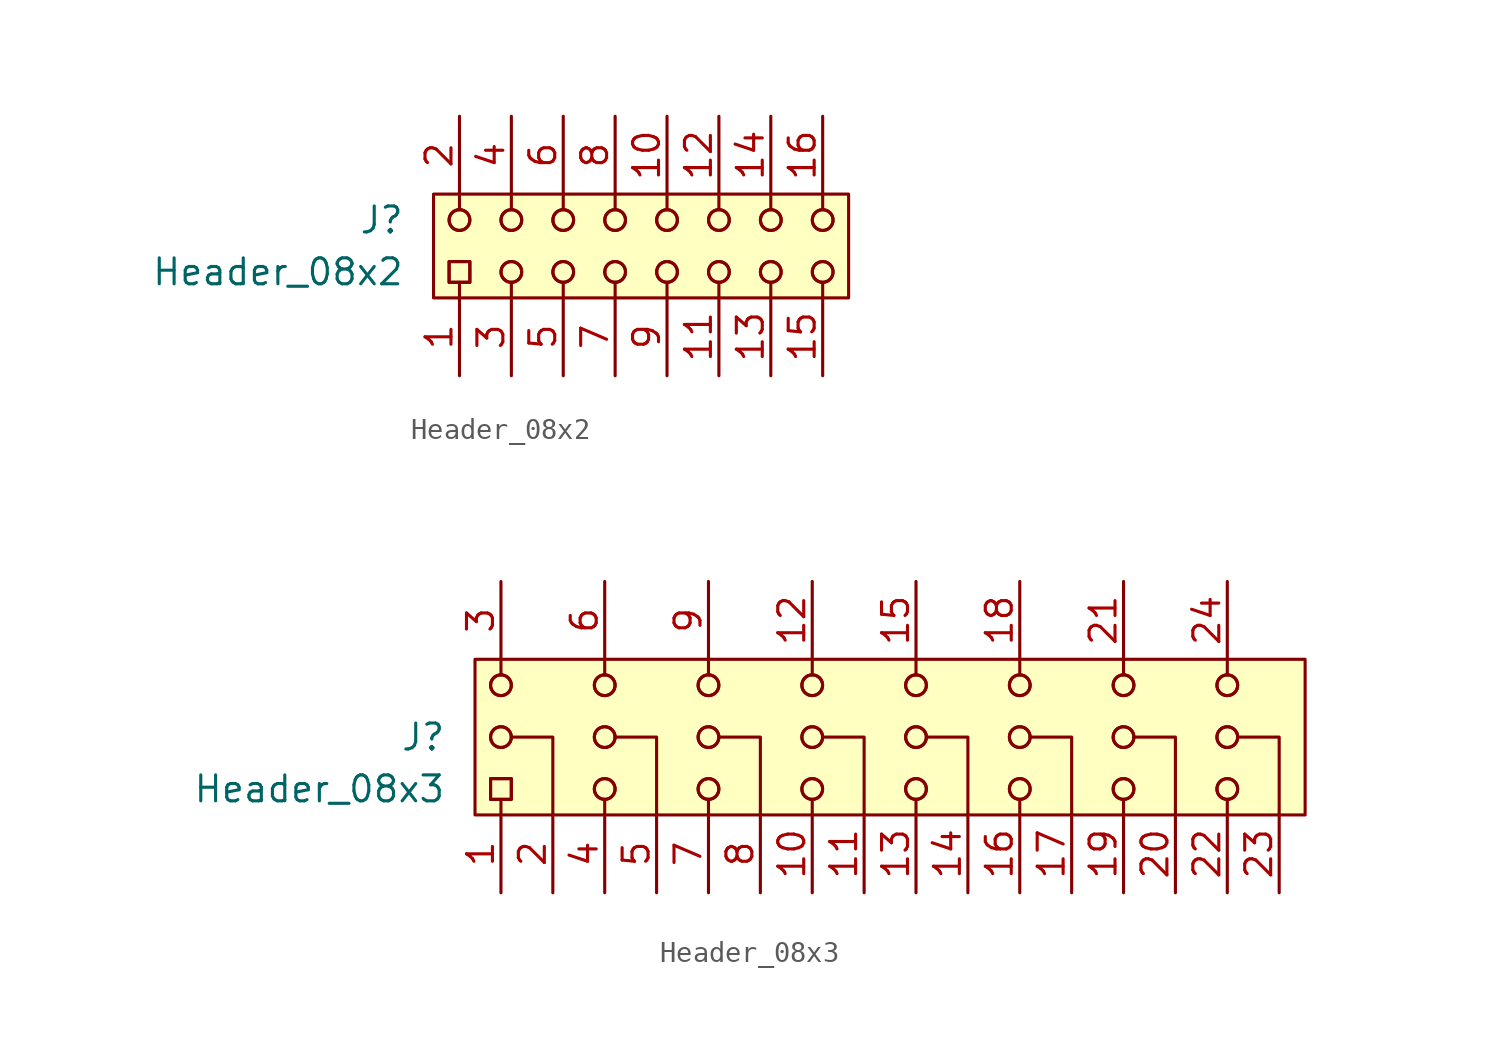
<source format=kicad_sym>
(kicad_symbol_lib
  (version 20220914)
  (generator kicad_symbol_editor)
  (symbol "Header_08x2"
    (pin_names hide)
    (property "Reference" "J"
      (at -11.43 2.54 0)
      (effects (font (size 1.27 1.27))))
    (property "Value" "Header_08x2"
      (at -16.51 0 0)
      (effects (font (size 1.27 1.27))))
    (symbol "Header_08x2_0_0"
      (pin passive line (at -7.62 -5.08 90) (length 3.81) (name "~" (effects (font (size 1.27 1.27)))) (number "1" (effects (font (size 1.27 1.27)))))
      (pin passive line (at 2.54 7.62 270) (length 3.81) (name "~" (effects (font (size 1.27 1.27)))) (number "10" (effects (font (size 1.27 1.27)))))
      (pin passive line (at 5.08 -5.08 90) (length 3.81) (name "~" (effects (font (size 1.27 1.27)))) (number "11" (effects (font (size 1.27 1.27)))))
      (pin passive line (at 5.08 7.62 270) (length 3.81) (name "~" (effects (font (size 1.27 1.27)))) (number "12" (effects (font (size 1.27 1.27)))))
      (pin passive line (at 7.62 -5.08 90) (length 3.81) (name "~" (effects (font (size 1.27 1.27)))) (number "13" (effects (font (size 1.27 1.27)))))
      (pin passive line (at 7.62 7.62 270) (length 3.81) (name "~" (effects (font (size 1.27 1.27)))) (number "14" (effects (font (size 1.27 1.27)))))
      (pin passive line (at 10.16 -5.08 90) (length 3.81) (name "~" (effects (font (size 1.27 1.27)))) (number "15" (effects (font (size 1.27 1.27)))))
      (pin passive line (at 10.16 7.62 270) (length 3.81) (name "~" (effects (font (size 1.27 1.27)))) (number "16" (effects (font (size 1.27 1.27)))))
      (pin passive line (at -7.62 7.62 270) (length 3.81) (name "~" (effects (font (size 1.27 1.27)))) (number "2" (effects (font (size 1.27 1.27)))))
      (pin passive line (at -5.08 -5.08 90) (length 3.81) (name "~" (effects (font (size 1.27 1.27)))) (number "3" (effects (font (size 1.27 1.27)))))
      (pin passive line (at -5.08 7.62 270) (length 3.81) (name "~" (effects (font (size 1.27 1.27)))) (number "4" (effects (font (size 1.27 1.27)))))
      (pin passive line (at -2.54 -5.08 90) (length 3.81) (name "~" (effects (font (size 1.27 1.27)))) (number "5" (effects (font (size 1.27 1.27)))))
      (pin passive line (at -2.54 7.62 270) (length 3.81) (name "~" (effects (font (size 1.27 1.27)))) (number "6" (effects (font (size 1.27 1.27)))))
      (pin passive line (at 0 -5.08 90) (length 3.81) (name "~" (effects (font (size 1.27 1.27)))) (number "7" (effects (font (size 1.27 1.27)))))
      (pin passive line (at 0 7.62 270) (length 3.81) (name "~" (effects (font (size 1.27 1.27)))) (number "8" (effects (font (size 1.27 1.27)))))
      (pin passive line (at 2.54 -5.08 90) (length 3.81) (name "~" (effects (font (size 1.27 1.27)))) (number "9" (effects (font (size 1.27 1.27))))))
    (symbol "Header_08x2_0_1"
      (rectangle (start -8.89 3.81) (end 11.43 -1.27) (stroke (width 0.152) (type default)) (fill (type background)))
      (rectangle (start -8.128 0.508) (end -7.112 -0.508) (stroke (width 0) (type default)) (fill (type none)))
      (rectangle (start -8.128 0.508) (end -7.112 -0.508) (stroke (width 0) (type default)) (fill (type none)))
      (circle (center -7.62 2.54) (radius 0.508) (stroke (width 0) (type default)) (fill (type none)))
      (circle (center -7.62 2.54) (radius 0.508) (stroke (width 0) (type default)) (fill (type none)))
      (circle (center -5.08 0) (radius 0.508) (stroke (width 0) (type default)) (fill (type none)))
      (circle (center -5.08 0) (radius 0.508) (stroke (width 0) (type default)) (fill (type none)))
      (circle (center -5.08 2.54) (radius 0.508) (stroke (width 0) (type default)) (fill (type none)))
      (circle (center -5.08 2.54) (radius 0.508) (stroke (width 0) (type default)) (fill (type none)))
      (circle (center -2.54 0) (radius 0.508) (stroke (width 0) (type default)) (fill (type none)))
      (circle (center -2.54 0) (radius 0.508) (stroke (width 0) (type default)) (fill (type none)))
      (circle (center -2.54 2.54) (radius 0.508) (stroke (width 0) (type default)) (fill (type none)))
      (circle (center -2.54 2.54) (radius 0.508) (stroke (width 0) (type default)) (fill (type none)))
      (polyline (pts (xy -7.62 -0.508) (xy -7.62 -1.27)) (stroke (width 0) (type default)) (fill (type none)))
      (polyline (pts (xy -7.62 3.048) (xy -7.62 3.81)) (stroke (width 0) (type default)) (fill (type none)))
      (polyline (pts (xy -5.08 -0.508) (xy -5.08 -1.27)) (stroke (width 0) (type default)) (fill (type none)))
      (polyline (pts (xy -5.08 3.048) (xy -5.08 3.81)) (stroke (width 0) (type default)) (fill (type none)))
      (polyline (pts (xy -2.54 -0.508) (xy -2.54 -1.27)) (stroke (width 0) (type default)) (fill (type none)))
      (polyline (pts (xy -2.54 3.048) (xy -2.54 3.81)) (stroke (width 0) (type default)) (fill (type none)))
      (polyline (pts (xy 0 -0.508) (xy 0 -1.27)) (stroke (width 0) (type default)) (fill (type none)))
      (polyline (pts (xy 0 3.048) (xy 0 3.81)) (stroke (width 0) (type default)) (fill (type none)))
      (polyline (pts (xy 2.54 -0.508) (xy 2.54 -1.27)) (stroke (width 0) (type default)) (fill (type none)))
      (polyline (pts (xy 2.54 3.048) (xy 2.54 3.81)) (stroke (width 0) (type default)) (fill (type none)))
      (polyline (pts (xy 5.08 -0.508) (xy 5.08 -1.27)) (stroke (width 0) (type default)) (fill (type none)))
      (polyline (pts (xy 5.08 3.048) (xy 5.08 3.81)) (stroke (width 0) (type default)) (fill (type none)))
      (polyline (pts (xy 7.62 -0.508) (xy 7.62 -1.27)) (stroke (width 0) (type default)) (fill (type none)))
      (polyline (pts (xy 7.62 3.048) (xy 7.62 3.81)) (stroke (width 0) (type default)) (fill (type none)))
      (polyline (pts (xy 10.16 -0.508) (xy 10.16 -1.27)) (stroke (width 0) (type default)) (fill (type none)))
      (polyline (pts (xy 10.16 3.048) (xy 10.16 3.81)) (stroke (width 0) (type default)) (fill (type none)))
      (circle (center 0 0) (radius 0.508) (stroke (width 0) (type default)) (fill (type none)))
      (circle (center 0 0) (radius 0.508) (stroke (width 0) (type default)) (fill (type none)))
      (circle (center 0 2.54) (radius 0.508) (stroke (width 0) (type default)) (fill (type none)))
      (circle (center 0 2.54) (radius 0.508) (stroke (width 0) (type default)) (fill (type none)))
      (circle (center 2.54 0) (radius 0.508) (stroke (width 0) (type default)) (fill (type none)))
      (circle (center 2.54 0) (radius 0.508) (stroke (width 0) (type default)) (fill (type none)))
      (circle (center 2.54 2.54) (radius 0.508) (stroke (width 0) (type default)) (fill (type none)))
      (circle (center 2.54 2.54) (radius 0.508) (stroke (width 0) (type default)) (fill (type none)))
      (circle (center 5.08 0) (radius 0.508) (stroke (width 0) (type default)) (fill (type none)))
      (circle (center 5.08 0) (radius 0.508) (stroke (width 0) (type default)) (fill (type none)))
      (circle (center 5.08 2.54) (radius 0.508) (stroke (width 0) (type default)) (fill (type none)))
      (circle (center 5.08 2.54) (radius 0.508) (stroke (width 0) (type default)) (fill (type none)))
      (circle (center 7.62 0) (radius 0.508) (stroke (width 0) (type default)) (fill (type none)))
      (circle (center 7.62 0) (radius 0.508) (stroke (width 0) (type default)) (fill (type none)))
      (circle (center 7.62 2.54) (radius 0.508) (stroke (width 0) (type default)) (fill (type none)))
      (circle (center 7.62 2.54) (radius 0.508) (stroke (width 0) (type default)) (fill (type none)))
      (circle (center 10.16 0) (radius 0.508) (stroke (width 0) (type default)) (fill (type none)))
      (circle (center 10.16 0) (radius 0.508) (stroke (width 0) (type default)) (fill (type none)))
      (circle (center 10.16 2.54) (radius 0.508) (stroke (width 0) (type default)) (fill (type none)))
      (circle (center 10.16 2.54) (radius 0.508) (stroke (width 0) (type default)) (fill (type none)))))
  (symbol "Header_08x3"
    (pin_names hide)
    (property "Reference" "J"
      (at -21.59 0 0)
      (effects (font (size 1.27 1.27))))
    (property "Value" "Header_08x3"
      (at -26.67 -2.54 0)
      (effects (font (size 1.27 1.27))))
    (symbol "Header_08x3_0_0"
      (pin passive line (at -17.78 -7.62 90) (length 3.81) (name "~" (effects (font (size 1.27 1.27)))) (number "1" (effects (font (size 1.27 1.27)))))
      (pin passive line (at -2.54 -7.62 90) (length 3.81) (name "~" (effects (font (size 1.27 1.27)))) (number "10" (effects (font (size 1.27 1.27)))))
      (pin passive line (at 0 -7.62 90) (length 3.81) (name "~" (effects (font (size 1.27 1.27)))) (number "11" (effects (font (size 1.27 1.27)))))
      (pin passive line (at -2.54 7.62 270) (length 3.81) (name "~" (effects (font (size 1.27 1.27)))) (number "12" (effects (font (size 1.27 1.27)))))
      (pin passive line (at 2.54 -7.62 90) (length 3.81) (name "~" (effects (font (size 1.27 1.27)))) (number "13" (effects (font (size 1.27 1.27)))))
      (pin passive line (at 5.08 -7.62 90) (length 3.81) (name "~" (effects (font (size 1.27 1.27)))) (number "14" (effects (font (size 1.27 1.27)))))
      (pin passive line (at 2.54 7.62 270) (length 3.81) (name "~" (effects (font (size 1.27 1.27)))) (number "15" (effects (font (size 1.27 1.27)))))
      (pin passive line (at 7.62 -7.62 90) (length 3.81) (name "~" (effects (font (size 1.27 1.27)))) (number "16" (effects (font (size 1.27 1.27)))))
      (pin passive line (at 10.16 -7.62 90) (length 3.81) (name "~" (effects (font (size 1.27 1.27)))) (number "17" (effects (font (size 1.27 1.27)))))
      (pin passive line (at 7.62 7.62 270) (length 3.81) (name "~" (effects (font (size 1.27 1.27)))) (number "18" (effects (font (size 1.27 1.27)))))
      (pin passive line (at 12.7 -7.62 90) (length 3.81) (name "~" (effects (font (size 1.27 1.27)))) (number "19" (effects (font (size 1.27 1.27)))))
      (pin passive line (at -15.24 -7.62 90) (length 3.81) (name "~" (effects (font (size 1.27 1.27)))) (number "2" (effects (font (size 1.27 1.27)))))
      (pin passive line (at 15.24 -7.62 90) (length 3.81) (name "~" (effects (font (size 1.27 1.27)))) (number "20" (effects (font (size 1.27 1.27)))))
      (pin passive line (at 12.7 7.62 270) (length 3.81) (name "~" (effects (font (size 1.27 1.27)))) (number "21" (effects (font (size 1.27 1.27)))))
      (pin passive line (at 17.78 -7.62 90) (length 3.81) (name "~" (effects (font (size 1.27 1.27)))) (number "22" (effects (font (size 1.27 1.27)))))
      (pin passive line (at 20.32 -7.62 90) (length 3.81) (name "~" (effects (font (size 1.27 1.27)))) (number "23" (effects (font (size 1.27 1.27)))))
      (pin passive line (at 17.78 7.62 270) (length 3.81) (name "~" (effects (font (size 1.27 1.27)))) (number "24" (effects (font (size 1.27 1.27)))))
      (pin passive line (at -17.78 7.62 270) (length 3.81) (name "~" (effects (font (size 1.27 1.27)))) (number "3" (effects (font (size 1.27 1.27)))))
      (pin passive line (at -12.7 -7.62 90) (length 3.81) (name "~" (effects (font (size 1.27 1.27)))) (number "4" (effects (font (size 1.27 1.27)))))
      (pin passive line (at -10.16 -7.62 90) (length 3.81) (name "~" (effects (font (size 1.27 1.27)))) (number "5" (effects (font (size 1.27 1.27)))))
      (pin passive line (at -12.7 7.62 270) (length 3.81) (name "~" (effects (font (size 1.27 1.27)))) (number "6" (effects (font (size 1.27 1.27)))))
      (pin passive line (at -7.62 -7.62 90) (length 3.81) (name "~" (effects (font (size 1.27 1.27)))) (number "7" (effects (font (size 1.27 1.27)))))
      (pin passive line (at -5.08 -7.62 90) (length 3.81) (name "~" (effects (font (size 1.27 1.27)))) (number "8" (effects (font (size 1.27 1.27)))))
      (pin passive line (at -7.62 7.62 270) (length 3.81) (name "~" (effects (font (size 1.27 1.27)))) (number "9" (effects (font (size 1.27 1.27))))))
    (symbol "Header_08x3_0_1"
      (rectangle (start -19.05 3.81) (end 21.59 -3.81) (stroke (width 0.152) (type default)) (fill (type background)))
      (rectangle (start -18.288 -2.032) (end -17.272 -3.048) (stroke (width 0) (type default)) (fill (type none)))
      (rectangle (start -18.288 -2.032) (end -17.272 -3.048) (stroke (width 0) (type default)) (fill (type none)))
      (circle (center -17.78 0) (radius 0.508) (stroke (width 0) (type default)) (fill (type none)))
      (circle (center -17.78 0) (radius 0.508) (stroke (width 0) (type default)) (fill (type none)))
      (circle (center -17.78 2.54) (radius 0.508) (stroke (width 0) (type default)) (fill (type none)))
      (circle (center -17.78 2.54) (radius 0.508) (stroke (width 0) (type default)) (fill (type none)))
      (circle (center -12.7 -2.54) (radius 0.508) (stroke (width 0) (type default)) (fill (type none)))
      (circle (center -12.7 -2.54) (radius 0.508) (stroke (width 0) (type default)) (fill (type none)))
      (circle (center -12.7 0) (radius 0.508) (stroke (width 0) (type default)) (fill (type none)))
      (circle (center -12.7 0) (radius 0.508) (stroke (width 0) (type default)) (fill (type none)))
      (circle (center -12.7 2.54) (radius 0.508) (stroke (width 0) (type default)) (fill (type none)))
      (circle (center -12.7 2.54) (radius 0.508) (stroke (width 0) (type default)) (fill (type none)))
      (polyline (pts (xy -17.78 -3.048) (xy -17.78 -3.81)) (stroke (width 0) (type default)) (fill (type none)))
      (polyline (pts (xy -17.78 3.048) (xy -17.78 3.81)) (stroke (width 0) (type default)) (fill (type none)))
      (polyline (pts (xy -12.7 -3.048) (xy -12.7 -3.81)) (stroke (width 0) (type default)) (fill (type none)))
      (polyline (pts (xy -12.7 3.048) (xy -12.7 3.81)) (stroke (width 0) (type default)) (fill (type none)))
      (polyline (pts (xy -17.272 0) (xy -15.24 0) (xy -15.24 -3.81)) (stroke (width 0) (type default)) (fill (type none)))
      (polyline (pts (xy -12.192 0) (xy -10.16 0) (xy -10.16 -3.81)) (stroke (width 0) (type default)) (fill (type none))))
    (symbol "Header_08x3_1_1"
      (circle (center -7.62 -2.54) (radius 0.508) (stroke (width 0) (type default)) (fill (type none)))
      (circle (center -7.62 -2.54) (radius 0.508) (stroke (width 0) (type default)) (fill (type none)))
      (circle (center -7.62 0) (radius 0.508) (stroke (width 0) (type default)) (fill (type none)))
      (circle (center -7.62 0) (radius 0.508) (stroke (width 0) (type default)) (fill (type none)))
      (circle (center -7.62 2.54) (radius 0.508) (stroke (width 0) (type default)) (fill (type none)))
      (circle (center -7.62 2.54) (radius 0.508) (stroke (width 0) (type default)) (fill (type none)))
      (circle (center -2.54 -2.54) (radius 0.508) (stroke (width 0) (type default)) (fill (type none)))
      (circle (center -2.54 -2.54) (radius 0.508) (stroke (width 0) (type default)) (fill (type none)))
      (circle (center -2.54 0) (radius 0.508) (stroke (width 0) (type default)) (fill (type none)))
      (circle (center -2.54 0) (radius 0.508) (stroke (width 0) (type default)) (fill (type none)))
      (circle (center -2.54 2.54) (radius 0.508) (stroke (width 0) (type default)) (fill (type none)))
      (circle (center -2.54 2.54) (radius 0.508) (stroke (width 0) (type default)) (fill (type none)))
      (polyline (pts (xy -7.62 -3.048) (xy -7.62 -3.81)) (stroke (width 0) (type default)) (fill (type none)))
      (polyline (pts (xy -7.62 3.048) (xy -7.62 3.81)) (stroke (width 0) (type default)) (fill (type none)))
      (polyline (pts (xy -2.54 -3.048) (xy -2.54 -3.81)) (stroke (width 0) (type default)) (fill (type none)))
      (polyline (pts (xy -2.54 3.048) (xy -2.54 3.81)) (stroke (width 0) (type default)) (fill (type none)))
      (polyline (pts (xy 2.54 -3.048) (xy 2.54 -3.81)) (stroke (width 0) (type default)) (fill (type none)))
      (polyline (pts (xy 2.54 3.048) (xy 2.54 3.81)) (stroke (width 0) (type default)) (fill (type none)))
      (polyline (pts (xy 7.62 -3.048) (xy 7.62 -3.81)) (stroke (width 0) (type default)) (fill (type none)))
      (polyline (pts (xy 7.62 3.048) (xy 7.62 3.81)) (stroke (width 0) (type default)) (fill (type none)))
      (polyline (pts (xy 12.7 -3.048) (xy 12.7 -3.81)) (stroke (width 0) (type default)) (fill (type none)))
      (polyline (pts (xy 12.7 3.048) (xy 12.7 3.81)) (stroke (width 0) (type default)) (fill (type none)))
      (polyline (pts (xy 17.78 -3.048) (xy 17.78 -3.81)) (stroke (width 0) (type default)) (fill (type none)))
      (polyline (pts (xy 17.78 3.048) (xy 17.78 3.81)) (stroke (width 0) (type default)) (fill (type none)))
      (polyline (pts (xy -7.112 0) (xy -5.08 0) (xy -5.08 -3.81)) (stroke (width 0) (type default)) (fill (type none)))
      (polyline (pts (xy -2.032 0) (xy 0 0) (xy 0 -3.81)) (stroke (width 0) (type default)) (fill (type none)))
      (polyline (pts (xy 3.048 0) (xy 5.08 0) (xy 5.08 -3.81)) (stroke (width 0) (type default)) (fill (type none)))
      (polyline (pts (xy 8.128 0) (xy 10.16 0) (xy 10.16 -3.81)) (stroke (width 0) (type default)) (fill (type none)))
      (polyline (pts (xy 13.208 0) (xy 15.24 0) (xy 15.24 -3.81)) (stroke (width 0) (type default)) (fill (type none)))
      (polyline (pts (xy 18.288 0) (xy 20.32 0) (xy 20.32 -3.81)) (stroke (width 0) (type default)) (fill (type none)))
      (circle (center 2.54 -2.54) (radius 0.508) (stroke (width 0) (type default)) (fill (type none)))
      (circle (center 2.54 -2.54) (radius 0.508) (stroke (width 0) (type default)) (fill (type none)))
      (circle (center 2.54 0) (radius 0.508) (stroke (width 0) (type default)) (fill (type none)))
      (circle (center 2.54 0) (radius 0.508) (stroke (width 0) (type default)) (fill (type none)))
      (circle (center 2.54 2.54) (radius 0.508) (stroke (width 0) (type default)) (fill (type none)))
      (circle (center 2.54 2.54) (radius 0.508) (stroke (width 0) (type default)) (fill (type none)))
      (circle (center 7.62 -2.54) (radius 0.508) (stroke (width 0) (type default)) (fill (type none)))
      (circle (center 7.62 -2.54) (radius 0.508) (stroke (width 0) (type default)) (fill (type none)))
      (circle (center 7.62 0) (radius 0.508) (stroke (width 0) (type default)) (fill (type none)))
      (circle (center 7.62 0) (radius 0.508) (stroke (width 0) (type default)) (fill (type none)))
      (circle (center 7.62 2.54) (radius 0.508) (stroke (width 0) (type default)) (fill (type none)))
      (circle (center 7.62 2.54) (radius 0.508) (stroke (width 0) (type default)) (fill (type none)))
      (circle (center 12.7 -2.54) (radius 0.508) (stroke (width 0) (type default)) (fill (type none)))
      (circle (center 12.7 -2.54) (radius 0.508) (stroke (width 0) (type default)) (fill (type none)))
      (circle (center 12.7 0) (radius 0.508) (stroke (width 0) (type default)) (fill (type none)))
      (circle (center 12.7 0) (radius 0.508) (stroke (width 0) (type default)) (fill (type none)))
      (circle (center 12.7 2.54) (radius 0.508) (stroke (width 0) (type default)) (fill (type none)))
      (circle (center 12.7 2.54) (radius 0.508) (stroke (width 0) (type default)) (fill (type none)))
      (circle (center 17.78 -2.54) (radius 0.508) (stroke (width 0) (type default)) (fill (type none)))
      (circle (center 17.78 -2.54) (radius 0.508) (stroke (width 0) (type default)) (fill (type none)))
      (circle (center 17.78 0) (radius 0.508) (stroke (width 0) (type default)) (fill (type none)))
      (circle (center 17.78 0) (radius 0.508) (stroke (width 0) (type default)) (fill (type none)))
      (circle (center 17.78 2.54) (radius 0.508) (stroke (width 0) (type default)) (fill (type none)))
      (circle (center 17.78 2.54) (radius 0.508) (stroke (width 0) (type default)) (fill (type none))))))
</source>
